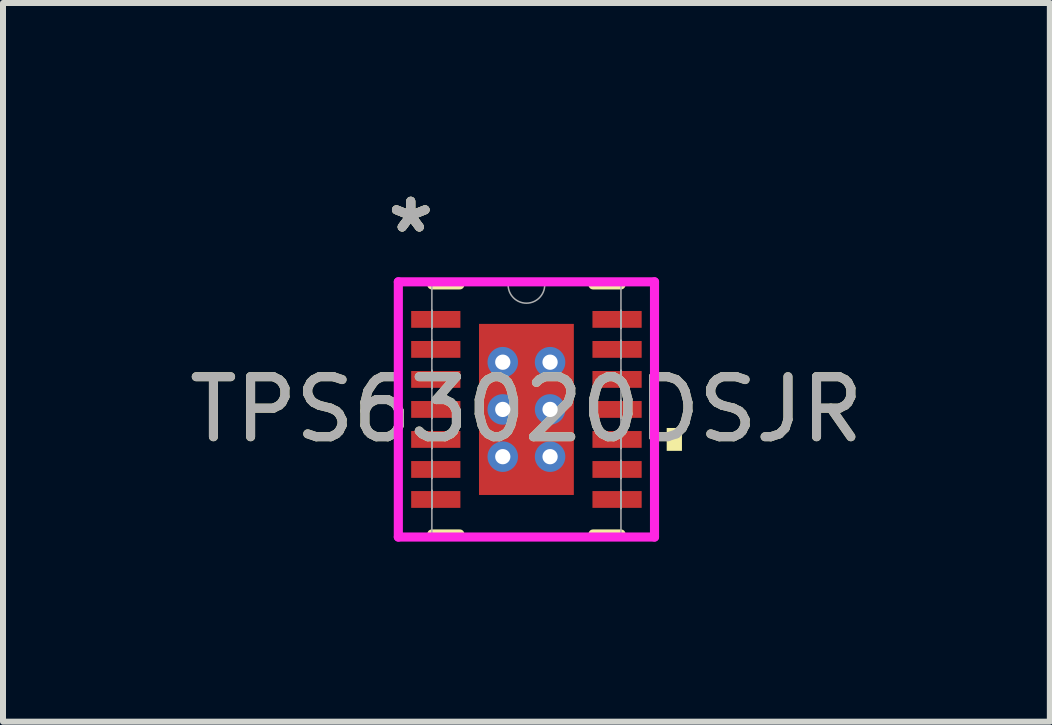
<source format=kicad_pcb>
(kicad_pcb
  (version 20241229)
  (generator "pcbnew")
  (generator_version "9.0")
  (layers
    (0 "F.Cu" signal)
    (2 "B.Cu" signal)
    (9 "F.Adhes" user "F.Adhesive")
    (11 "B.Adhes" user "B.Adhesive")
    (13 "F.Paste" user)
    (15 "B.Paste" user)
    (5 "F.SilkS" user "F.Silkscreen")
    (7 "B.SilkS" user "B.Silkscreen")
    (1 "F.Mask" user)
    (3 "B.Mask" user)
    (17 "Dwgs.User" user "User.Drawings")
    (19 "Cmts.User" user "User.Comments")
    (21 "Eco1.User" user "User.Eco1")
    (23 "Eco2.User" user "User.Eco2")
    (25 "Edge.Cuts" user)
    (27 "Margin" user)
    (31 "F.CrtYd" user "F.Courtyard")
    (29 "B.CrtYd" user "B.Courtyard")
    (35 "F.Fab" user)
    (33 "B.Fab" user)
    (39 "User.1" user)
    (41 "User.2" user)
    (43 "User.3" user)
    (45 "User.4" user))
  (footprint "TPS63020DSJR"
    (layer "F.Cu")
    (at 5.72 3.771)
    (property "Reference" "TPS63020DSJR" (at 0 0 0) (unlocked yes) (layer "F.SilkS") (effects (font (size 1 1) (thickness 0.15))))
    (attr smd)
    (fp_poly (pts (xy -1.92 -1.64) (xy -1.92 -1.36) (xy -1.1 -1.36) (xy -1.1 -1.64)) (stroke (width 0) (type solid)) (fill yes) (layer "F.Mask"))
    (fp_poly (pts (xy -1.92 -1.14) (xy -1.92 -0.86) (xy -1.1 -0.86) (xy -1.1 -1.14)) (stroke (width 0) (type solid)) (fill yes) (layer "F.Mask"))
    (fp_poly (pts (xy -1.92 -0.64) (xy -1.92 -0.36) (xy -1.1 -0.36) (xy -1.1 -0.64)) (stroke (width 0) (type solid)) (fill yes) (layer "F.Mask"))
    (fp_poly (pts (xy -1.92 -0.14) (xy -1.92 0.14) (xy -1.1 0.14) (xy -1.1 -0.14)) (stroke (width 0) (type solid)) (fill yes) (layer "F.Mask"))
    (fp_poly (pts (xy -1.92 0.36) (xy -1.92 0.64) (xy -1.1 0.64) (xy -1.1 0.36)) (stroke (width 0) (type solid)) (fill yes) (layer "F.Mask"))
    (fp_poly (pts (xy -1.92 0.86) (xy -1.92 1.14) (xy -1.1 1.14) (xy -1.1 0.86)) (stroke (width 0) (type solid)) (fill yes) (layer "F.Mask"))
    (fp_poly (pts (xy -1.92 1.36) (xy -1.92 1.64) (xy -1.1 1.64) (xy -1.1 1.36)) (stroke (width 0) (type solid)) (fill yes) (layer "F.Mask"))
    (fp_poly (pts (xy -0.854 -1.488) (xy -0.594 -1.488) (xy -0.594 1.488) (xy -0.854 1.488)) (stroke (width 0) (type solid)) (fill yes) (layer "F.Mask"))
    (fp_poly (pts (xy -0.854 -1.488) (xy 0.854 -1.488) (xy 0.854 -0.987) (xy -0.854 -0.987)) (stroke (width 0) (type solid)) (fill yes) (layer "F.Mask"))
    (fp_poly (pts (xy -0.854 -0.587) (xy 0.854 -0.587) (xy 0.854 -0.2) (xy -0.854 -0.2)) (stroke (width 0) (type solid)) (fill yes) (layer "F.Mask"))
    (fp_poly (pts (xy -0.854 0.2) (xy 0.854 0.2) (xy 0.854 0.587) (xy -0.854 0.587)) (stroke (width 0) (type solid)) (fill yes) (layer "F.Mask"))
    (fp_poly (pts (xy -0.854 0.987) (xy 0.854 0.987) (xy 0.854 1.488) (xy -0.854 1.488)) (stroke (width 0) (type solid)) (fill yes) (layer "F.Mask"))
    (fp_poly (pts (xy -0.458 -1.323) (xy -0.892 -1.323) (xy -0.892 -2.077) (xy -0.458 -2.077)) (stroke (width 0) (type solid)) (fill yes) (layer "F.Mask"))
    (fp_poly (pts (xy -0.458 1.323) (xy -0.892 1.323) (xy -0.892 2.077) (xy -0.458 2.077)) (stroke (width 0) (type solid)) (fill yes) (layer "F.Mask"))
    (fp_poly (pts (xy -0.008 -1.323) (xy -0.442 -1.323) (xy -0.442 -2.077) (xy -0.008 -2.077)) (stroke (width 0) (type solid)) (fill yes) (layer "F.Mask"))
    (fp_poly (pts (xy -0.008 1.323) (xy -0.442 1.323) (xy -0.442 2.077) (xy -0.008 2.077)) (stroke (width 0) (type solid)) (fill yes) (layer "F.Mask"))
    (fp_poly (pts (xy 0.008 -1.323) (xy 0.442 -1.323) (xy 0.442 -2.077) (xy 0.008 -2.077)) (stroke (width 0) (type solid)) (fill yes) (layer "F.Mask"))
    (fp_poly (pts (xy 0.008 1.323) (xy 0.442 1.323) (xy 0.442 2.077) (xy 0.008 2.077)) (stroke (width 0) (type solid)) (fill yes) (layer "F.Mask"))
    (fp_poly (pts (xy 0.194 -1.488) (xy -0.194 -1.488) (xy -0.194 1.488) (xy 0.194 1.488)) (stroke (width 0) (type solid)) (fill yes) (layer "F.Mask"))
    (fp_poly (pts (xy 0.458 -1.323) (xy 0.892 -1.323) (xy 0.892 -2.077) (xy 0.458 -2.077)) (stroke (width 0) (type solid)) (fill yes) (layer "F.Mask"))
    (fp_poly (pts (xy 0.458 1.323) (xy 0.892 1.323) (xy 0.892 2.077) (xy 0.458 2.077)) (stroke (width 0) (type solid)) (fill yes) (layer "F.Mask"))
    (fp_poly (pts (xy 0.594 -1.488) (xy 0.854 -1.488) (xy 0.854 1.488) (xy 0.594 1.488)) (stroke (width 0) (type solid)) (fill yes) (layer "F.Mask"))
    (fp_poly (pts (xy 1.1 -1.64) (xy 1.1 -1.36) (xy 1.92 -1.36) (xy 1.92 -1.64)) (stroke (width 0) (type solid)) (fill yes) (layer "F.Mask"))
    (fp_poly (pts (xy 1.1 -1.14) (xy 1.1 -0.86) (xy 1.92 -0.86) (xy 1.92 -1.14)) (stroke (width 0) (type solid)) (fill yes) (layer "F.Mask"))
    (fp_poly (pts (xy 1.1 -0.64) (xy 1.1 -0.36) (xy 1.92 -0.36) (xy 1.92 -0.64)) (stroke (width 0) (type solid)) (fill yes) (layer "F.Mask"))
    (fp_poly (pts (xy 1.1 -0.14) (xy 1.1 0.14) (xy 1.92 0.14) (xy 1.92 -0.14)) (stroke (width 0) (type solid)) (fill yes) (layer "F.Mask"))
    (fp_poly (pts (xy 1.1 0.36) (xy 1.1 0.64) (xy 1.92 0.64) (xy 1.92 0.36)) (stroke (width 0) (type solid)) (fill yes) (layer "F.Mask"))
    (fp_poly (pts (xy 1.1 0.86) (xy 1.1 1.14) (xy 1.92 1.14) (xy 1.92 0.86)) (stroke (width 0) (type solid)) (fill yes) (layer "F.Mask"))
    (fp_poly (pts (xy 1.1 1.36) (xy 1.1 1.64) (xy 1.92 1.64) (xy 1.92 1.36)) (stroke (width 0) (type solid)) (fill yes) (layer "F.Mask"))
    (fp_line (start -1.575 2.075) (end -1.11 2.075) (stroke (width 0.152) (type solid)) (layer "F.SilkS"))
    (fp_line (start -1.11 -2.075) (end -1.575 -2.075) (stroke (width 0.152) (type solid)) (layer "F.SilkS"))
    (fp_line (start 1.11 2.075) (end 1.575 2.075) (stroke (width 0.152) (type solid)) (layer "F.SilkS"))
    (fp_line (start 1.575 -2.075) (end 1.11 -2.075) (stroke (width 0.152) (type solid)) (layer "F.SilkS"))
    (fp_poly (pts (xy 2.591 0.309) (xy 2.591 0.69) (xy 2.337 0.69) (xy 2.337 0.309)) (stroke (width 0) (type solid)) (fill yes) (layer "F.SilkS"))
    (fp_poly (pts (xy -1.92 -1.64) (xy -1.92 -1.36) (xy -1.1 -1.36) (xy -1.1 -1.64)) (stroke (width 0) (type solid)) (fill yes) (layer "F.Paste"))
    (fp_poly (pts (xy -1.92 -1.14) (xy -1.92 -0.86) (xy -1.1 -0.86) (xy -1.1 -1.14)) (stroke (width 0) (type solid)) (fill yes) (layer "F.Paste"))
    (fp_poly (pts (xy -1.92 -0.64) (xy -1.92 -0.36) (xy -1.1 -0.36) (xy -1.1 -0.64)) (stroke (width 0) (type solid)) (fill yes) (layer "F.Paste"))
    (fp_poly (pts (xy -1.92 -0.14) (xy -1.92 0.14) (xy -1.1 0.14) (xy -1.1 -0.14)) (stroke (width 0) (type solid)) (fill yes) (layer "F.Paste"))
    (fp_poly (pts (xy -1.92 0.36) (xy -1.92 0.64) (xy -1.1 0.64) (xy -1.1 0.36)) (stroke (width 0) (type solid)) (fill yes) (layer "F.Paste"))
    (fp_poly (pts (xy -1.92 0.86) (xy -1.92 1.14) (xy -1.1 1.14) (xy -1.1 0.86)) (stroke (width 0) (type solid)) (fill yes) (layer "F.Paste"))
    (fp_poly (pts (xy -1.92 1.36) (xy -1.92 1.64) (xy -1.1 1.64) (xy -1.1 1.36)) (stroke (width 0) (type solid)) (fill yes) (layer "F.Paste"))
    (fp_poly (pts (xy -0.56 -1.527) (xy -0.79 -1.527) (xy -0.79 -1.975) (xy -0.56 -1.975)) (stroke (width 0) (type solid)) (fill yes) (layer "F.Paste"))
    (fp_poly (pts (xy -0.56 1.527) (xy -0.79 1.527) (xy -0.79 1.975) (xy -0.56 1.975)) (stroke (width 0) (type solid)) (fill yes) (layer "F.Paste"))
    (fp_poly (pts (xy -0.11 -1.527) (xy -0.34 -1.527) (xy -0.34 -1.975) (xy -0.11 -1.975)) (stroke (width 0) (type solid)) (fill yes) (layer "F.Paste"))
    (fp_poly (pts (xy -0.11 1.527) (xy -0.34 1.527) (xy -0.34 1.975) (xy -0.11 1.975)) (stroke (width 0) (type solid)) (fill yes) (layer "F.Paste"))
    (fp_poly (pts (xy 0.11 -1.527) (xy 0.34 -1.527) (xy 0.34 -1.975) (xy 0.11 -1.975)) (stroke (width 0) (type solid)) (fill yes) (layer "F.Paste"))
    (fp_poly (pts (xy 0.11 1.527) (xy 0.34 1.527) (xy 0.34 1.975) (xy 0.11 1.975)) (stroke (width 0) (type solid)) (fill yes) (layer "F.Paste"))
    (fp_poly (pts (xy 0.56 -1.527) (xy 0.79 -1.527) (xy 0.79 -1.975) (xy 0.56 -1.975)) (stroke (width 0) (type solid)) (fill yes) (layer "F.Paste"))
    (fp_poly (pts (xy 0.56 1.527) (xy 0.79 1.527) (xy 0.79 1.975) (xy 0.56 1.975)) (stroke (width 0) (type solid)) (fill yes) (layer "F.Paste"))
    (fp_poly (pts (xy 1.1 -1.64) (xy 1.1 -1.36) (xy 1.92 -1.36) (xy 1.92 -1.64)) (stroke (width 0) (type solid)) (fill yes) (layer "F.Paste"))
    (fp_poly (pts (xy 1.1 -1.14) (xy 1.1 -0.86) (xy 1.92 -0.86) (xy 1.92 -1.14)) (stroke (width 0) (type solid)) (fill yes) (layer "F.Paste"))
    (fp_poly (pts (xy 1.1 -0.64) (xy 1.1 -0.36) (xy 1.92 -0.36) (xy 1.92 -0.64)) (stroke (width 0) (type solid)) (fill yes) (layer "F.Paste"))
    (fp_poly (pts (xy 1.1 -0.14) (xy 1.1 0.14) (xy 1.92 0.14) (xy 1.92 -0.14)) (stroke (width 0) (type solid)) (fill yes) (layer "F.Paste"))
    (fp_poly (pts (xy 1.1 0.36) (xy 1.1 0.64) (xy 1.92 0.64) (xy 1.92 0.36)) (stroke (width 0) (type solid)) (fill yes) (layer "F.Paste"))
    (fp_poly (pts (xy 1.1 0.86) (xy 1.1 1.14) (xy 1.92 1.14) (xy 1.92 0.86)) (stroke (width 0) (type solid)) (fill yes) (layer "F.Paste"))
    (fp_poly (pts (xy 1.1 1.36) (xy 1.1 1.64) (xy 1.92 1.64) (xy 1.92 1.36)) (stroke (width 0) (type solid)) (fill yes) (layer "F.Paste"))
    (fp_poly (pts (xy -0.715 -1.35) (xy -0.715 -0.887) (xy -0.635 -0.887) (xy -0.494 -1.029) (xy -0.494 -1.35)) (stroke (width 0) (type solid)) (fill yes) (layer "F.Paste"))
    (fp_poly (pts (xy -0.715 0.887) (xy -0.715 1.35) (xy -0.494 1.35) (xy -0.494 1.029) (xy -0.635 0.887)) (stroke (width 0) (type solid)) (fill yes) (layer "F.Paste"))
    (fp_poly (pts (xy 0.494 -1.35) (xy 0.494 -1.029) (xy 0.635 -0.887) (xy 0.715 -0.887) (xy 0.715 -1.35)) (stroke (width 0) (type solid)) (fill yes) (layer "F.Paste"))
    (fp_poly (pts (xy 0.635 0.887) (xy 0.494 1.029) (xy 0.494 1.35) (xy 0.715 1.35) (xy 0.715 0.887)) (stroke (width 0) (type solid)) (fill yes) (layer "F.Paste"))
    (fp_poly (pts (xy -0.715 -0.687) (xy -0.715 -0.1) (xy -0.635 -0.1) (xy -0.494 -0.241) (xy -0.494 -0.546) (xy -0.635 -0.687)) (stroke (width 0) (type solid)) (fill yes) (layer "F.Paste"))
    (fp_poly (pts (xy -0.715 0.1) (xy -0.715 0.687) (xy -0.635 0.687) (xy -0.494 0.546) (xy -0.494 0.241) (xy -0.635 0.1)) (stroke (width 0) (type solid)) (fill yes) (layer "F.Paste"))
    (fp_poly (pts (xy -0.294 -1.35) (xy -0.294 -1.029) (xy -0.152 -0.887) (xy 0.152 -0.887) (xy 0.294 -1.029) (xy 0.294 -1.35)) (stroke (width 0) (type solid)) (fill yes) (layer "F.Paste"))
    (fp_poly (pts (xy -0.152 0.887) (xy -0.294 1.029) (xy -0.294 1.35) (xy 0.294 1.35) (xy 0.294 1.029) (xy 0.152 0.887)) (stroke (width 0) (type solid)) (fill yes) (layer "F.Paste"))
    (fp_poly (pts (xy 0.635 -0.687) (xy 0.494 -0.546) (xy 0.494 -0.241) (xy 0.635 -0.1) (xy 0.715 -0.1) (xy 0.715 -0.687)) (stroke (width 0) (type solid)) (fill yes) (layer "F.Paste"))
    (fp_poly (pts (xy 0.635 0.1) (xy 0.494 0.241) (xy 0.494 0.546) (xy 0.635 0.687) (xy 0.715 0.687) (xy 0.715 0.1)) (stroke (width 0) (type solid)) (fill yes) (layer "F.Paste"))
    (fp_poly (pts (xy -0.152 -0.687) (xy -0.294 -0.546) (xy -0.294 -0.241) (xy -0.152 -0.1) (xy 0.152 -0.1) (xy 0.294 -0.241) (xy 0.294 -0.546) (xy 0.152 -0.687)) (stroke (width 0) (type solid)) (fill yes) (layer "F.Paste"))
    (fp_poly (pts (xy -0.152 0.1) (xy -0.294 0.241) (xy -0.294 0.546) (xy -0.152 0.687) (xy 0.152 0.687) (xy 0.294 0.546) (xy 0.294 0.241) (xy 0.152 0.1)) (stroke (width 0) (type solid)) (fill yes) (layer "F.Paste"))
    (fp_line (start -2.134 -2.126) (end 2.134 -2.126) (stroke (width 0.152) (type solid)) (layer "F.CrtYd"))
    (fp_line (start -2.134 2.126) (end -2.134 -2.126) (stroke (width 0.152) (type solid)) (layer "F.CrtYd"))
    (fp_line (start 2.134 -2.126) (end 2.134 2.126) (stroke (width 0.152) (type solid)) (layer "F.CrtYd"))
    (fp_line (start 2.134 2.126) (end -2.134 2.126) (stroke (width 0.152) (type solid)) (layer "F.CrtYd"))
    (fp_line (start -1.575 -2.075) (end -1.575 2.075) (stroke (width 0.025) (type solid)) (layer "F.Fab"))
    (fp_line (start -1.575 -1.65) (end -1.575 -1.65) (stroke (width 0.025) (type solid)) (layer "F.Fab"))
    (fp_line (start -1.575 -1.65) (end -1.575 -1.35) (stroke (width 0.025) (type solid)) (layer "F.Fab"))
    (fp_line (start -1.575 -1.35) (end -1.575 -1.65) (stroke (width 0.025) (type solid)) (layer "F.Fab"))
    (fp_line (start -1.575 -1.35) (end -1.575 -1.35) (stroke (width 0.025) (type solid)) (layer "F.Fab"))
    (fp_line (start -1.575 -1.15) (end -1.575 -1.15) (stroke (width 0.025) (type solid)) (layer "F.Fab"))
    (fp_line (start -1.575 -1.15) (end -1.575 -0.85) (stroke (width 0.025) (type solid)) (layer "F.Fab"))
    (fp_line (start -1.575 -0.85) (end -1.575 -1.15) (stroke (width 0.025) (type solid)) (layer "F.Fab"))
    (fp_line (start -1.575 -0.85) (end -1.575 -0.85) (stroke (width 0.025) (type solid)) (layer "F.Fab"))
    (fp_line (start -1.575 -0.65) (end -1.575 -0.65) (stroke (width 0.025) (type solid)) (layer "F.Fab"))
    (fp_line (start -1.575 -0.65) (end -1.575 -0.35) (stroke (width 0.025) (type solid)) (layer "F.Fab"))
    (fp_line (start -1.575 -0.35) (end -1.575 -0.65) (stroke (width 0.025) (type solid)) (layer "F.Fab"))
    (fp_line (start -1.575 -0.35) (end -1.575 -0.35) (stroke (width 0.025) (type solid)) (layer "F.Fab"))
    (fp_line (start -1.575 -0.15) (end -1.575 -0.15) (stroke (width 0.025) (type solid)) (layer "F.Fab"))
    (fp_line (start -1.575 -0.15) (end -1.575 0.15) (stroke (width 0.025) (type solid)) (layer "F.Fab"))
    (fp_line (start -1.575 0.15) (end -1.575 -0.15) (stroke (width 0.025) (type solid)) (layer "F.Fab"))
    (fp_line (start -1.575 0.15) (end -1.575 0.15) (stroke (width 0.025) (type solid)) (layer "F.Fab"))
    (fp_line (start -1.575 0.35) (end -1.575 0.35) (stroke (width 0.025) (type solid)) (layer "F.Fab"))
    (fp_line (start -1.575 0.35) (end -1.575 0.65) (stroke (width 0.025) (type solid)) (layer "F.Fab"))
    (fp_line (start -1.575 0.65) (end -1.575 0.35) (stroke (width 0.025) (type solid)) (layer "F.Fab"))
    (fp_line (start -1.575 0.65) (end -1.575 0.65) (stroke (width 0.025) (type solid)) (layer "F.Fab"))
    (fp_line (start -1.575 0.85) (end -1.575 0.85) (stroke (width 0.025) (type solid)) (layer "F.Fab"))
    (fp_line (start -1.575 0.85) (end -1.575 1.15) (stroke (width 0.025) (type solid)) (layer "F.Fab"))
    (fp_line (start -1.575 1.15) (end -1.575 0.85) (stroke (width 0.025) (type solid)) (layer "F.Fab"))
    (fp_line (start -1.575 1.15) (end -1.575 1.15) (stroke (width 0.025) (type solid)) (layer "F.Fab"))
    (fp_line (start -1.575 1.35) (end -1.575 1.35) (stroke (width 0.025) (type solid)) (layer "F.Fab"))
    (fp_line (start -1.575 1.35) (end -1.575 1.65) (stroke (width 0.025) (type solid)) (layer "F.Fab"))
    (fp_line (start -1.575 1.65) (end -1.575 1.35) (stroke (width 0.025) (type solid)) (layer "F.Fab"))
    (fp_line (start -1.575 1.65) (end -1.575 1.65) (stroke (width 0.025) (type solid)) (layer "F.Fab"))
    (fp_line (start -1.575 2.075) (end 1.575 2.075) (stroke (width 0.025) (type solid)) (layer "F.Fab"))
    (fp_line (start 1.575 -2.075) (end -1.575 -2.075) (stroke (width 0.025) (type solid)) (layer "F.Fab"))
    (fp_line (start 1.575 -1.65) (end 1.575 -1.65) (stroke (width 0.025) (type solid)) (layer "F.Fab"))
    (fp_line (start 1.575 -1.65) (end 1.575 -1.35) (stroke (width 0.025) (type solid)) (layer "F.Fab"))
    (fp_line (start 1.575 -1.35) (end 1.575 -1.65) (stroke (width 0.025) (type solid)) (layer "F.Fab"))
    (fp_line (start 1.575 -1.35) (end 1.575 -1.35) (stroke (width 0.025) (type solid)) (layer "F.Fab"))
    (fp_line (start 1.575 -1.15) (end 1.575 -1.15) (stroke (width 0.025) (type solid)) (layer "F.Fab"))
    (fp_line (start 1.575 -1.15) (end 1.575 -0.85) (stroke (width 0.025) (type solid)) (layer "F.Fab"))
    (fp_line (start 1.575 -0.85) (end 1.575 -1.15) (stroke (width 0.025) (type solid)) (layer "F.Fab"))
    (fp_line (start 1.575 -0.85) (end 1.575 -0.85) (stroke (width 0.025) (type solid)) (layer "F.Fab"))
    (fp_line (start 1.575 -0.65) (end 1.575 -0.65) (stroke (width 0.025) (type solid)) (layer "F.Fab"))
    (fp_line (start 1.575 -0.65) (end 1.575 -0.35) (stroke (width 0.025) (type solid)) (layer "F.Fab"))
    (fp_line (start 1.575 -0.35) (end 1.575 -0.65) (stroke (width 0.025) (type solid)) (layer "F.Fab"))
    (fp_line (start 1.575 -0.35) (end 1.575 -0.35) (stroke (width 0.025) (type solid)) (layer "F.Fab"))
    (fp_line (start 1.575 -0.15) (end 1.575 -0.15) (stroke (width 0.025) (type solid)) (layer "F.Fab"))
    (fp_line (start 1.575 -0.15) (end 1.575 0.15) (stroke (width 0.025) (type solid)) (layer "F.Fab"))
    (fp_line (start 1.575 0.15) (end 1.575 -0.15) (stroke (width 0.025) (type solid)) (layer "F.Fab"))
    (fp_line (start 1.575 0.15) (end 1.575 0.15) (stroke (width 0.025) (type solid)) (layer "F.Fab"))
    (fp_line (start 1.575 0.35) (end 1.575 0.35) (stroke (width 0.025) (type solid)) (layer "F.Fab"))
    (fp_line (start 1.575 0.35) (end 1.575 0.65) (stroke (width 0.025) (type solid)) (layer "F.Fab"))
    (fp_line (start 1.575 0.65) (end 1.575 0.35) (stroke (width 0.025) (type solid)) (layer "F.Fab"))
    (fp_line (start 1.575 0.65) (end 1.575 0.65) (stroke (width 0.025) (type solid)) (layer "F.Fab"))
    (fp_line (start 1.575 0.85) (end 1.575 0.85) (stroke (width 0.025) (type solid)) (layer "F.Fab"))
    (fp_line (start 1.575 0.85) (end 1.575 1.15) (stroke (width 0.025) (type solid)) (layer "F.Fab"))
    (fp_line (start 1.575 1.15) (end 1.575 0.85) (stroke (width 0.025) (type solid)) (layer "F.Fab"))
    (fp_line (start 1.575 1.15) (end 1.575 1.15) (stroke (width 0.025) (type solid)) (layer "F.Fab"))
    (fp_line (start 1.575 1.35) (end 1.575 1.35) (stroke (width 0.025) (type solid)) (layer "F.Fab"))
    (fp_line (start 1.575 1.35) (end 1.575 1.65) (stroke (width 0.025) (type solid)) (layer "F.Fab"))
    (fp_line (start 1.575 1.65) (end 1.575 1.35) (stroke (width 0.025) (type solid)) (layer "F.Fab"))
    (fp_line (start 1.575 1.65) (end 1.575 1.65) (stroke (width 0.025) (type solid)) (layer "F.Fab"))
    (fp_line (start 1.575 2.075) (end 1.575 -2.075) (stroke (width 0.025) (type solid)) (layer "F.Fab"))
    (fp_arc (start 0.3048 -2.075) (mid 0 -1.7702) (end -0.3048 -2.075) (stroke (width 0.0254) (type solid)) (layer "F.Fab"))
    (fp_text user "*" (at -1.927 -2.923 0) (layer "F.SilkS") (effects (font (size 1 1) (thickness 0.15))))
    (fp_text user "*" (at -1.927 -2.923 0) (unlocked yes) (layer "F.SilkS") (effects (font (size 1 1) (thickness 0.15))))
    (fp_text user "${REFERENCE}" (at 0 0 0) (unlocked yes) (layer "F.Fab") (effects (font (size 1 1) (thickness 0.15))))
    (fp_text user "*" (at -1.927 -2.923 0) (layer "F.Fab") (effects (font (size 1 1) (thickness 0.15))))
    (fp_text user "*" (at -1.927 -2.923 0) (unlocked yes) (layer "F.Fab") (effects (font (size 1 1) (thickness 0.15))))
    (pad "1" smd rect (at -1.51 -1.5) (size 0.82 0.28) (layers "F.Cu" "F.Mask"))
    (pad "2" smd rect (at -1.51 -1) (size 0.82 0.28) (layers "F.Cu" "F.Mask"))
    (pad "3" smd rect (at -1.51 -0.5) (size 0.82 0.28) (layers "F.Cu" "F.Mask"))
    (pad "4" smd rect (at -1.51 0) (size 0.82 0.28) (layers "F.Cu" "F.Mask"))
    (pad "5" smd rect (at -1.51 0.5) (size 0.82 0.28) (layers "F.Cu" "F.Mask"))
    (pad "6" smd rect (at -1.51 1) (size 0.82 0.28) (layers "F.Cu" "F.Mask"))
    (pad "7" smd rect (at -1.51 1.5) (size 0.82 0.28) (layers "F.Cu" "F.Mask"))
    (pad "8" smd rect (at 1.51 1.5) (size 0.82 0.28) (layers "F.Cu" "F.Mask"))
    (pad "9" smd rect (at 1.51 1) (size 0.82 0.28) (layers "F.Cu" "F.Mask"))
    (pad "10" smd rect (at 1.51 0.5) (size 0.82 0.28) (layers "F.Cu" "F.Mask"))
    (pad "11" smd rect (at 1.51 0) (size 0.82 0.28) (layers "F.Cu" "F.Mask"))
    (pad "12" smd rect (at 1.51 -0.5) (size 0.82 0.28) (layers "F.Cu" "F.Mask"))
    (pad "13" smd rect (at 1.51 -1) (size 0.82 0.28) (layers "F.Cu" "F.Mask"))
    (pad "14" smd rect (at 1.51 -1.5) (size 0.82 0.28) (layers "F.Cu" "F.Mask"))
    (pad "15" smd rect (at 0 0) (size 1.58 2.85) (layers "F.Cu"))
    (pad "V" thru_hole circle (at -0.394 -0.787) (size 0.508 0.508) (drill 0.254) (layers "*.Cu" "*.Mask"))
    (pad "V" thru_hole circle (at -0.394 0) (size 0.508 0.508) (drill 0.254) (layers "*.Cu" "*.Mask"))
    (pad "V" thru_hole circle (at -0.394 0.787) (size 0.508 0.508) (drill 0.254) (layers "*.Cu" "*.Mask"))
    (pad "V" thru_hole circle (at 0.394 -0.787) (size 0.508 0.508) (drill 0.254) (layers "*.Cu" "*.Mask"))
    (pad "V" thru_hole circle (at 0.394 0) (size 0.508 0.508) (drill 0.254) (layers "*.Cu" "*.Mask"))
    (pad "V" thru_hole circle (at 0.394 0.787) (size 0.508 0.508) (drill 0.254) (layers "*.Cu" "*.Mask")))
  (gr_rect
    (start -3 -3)
    (end 14.44 8.973)
    (stroke (width 0.1) (type default))
    (fill no)
    (layer "Edge.Cuts")))
</source>
